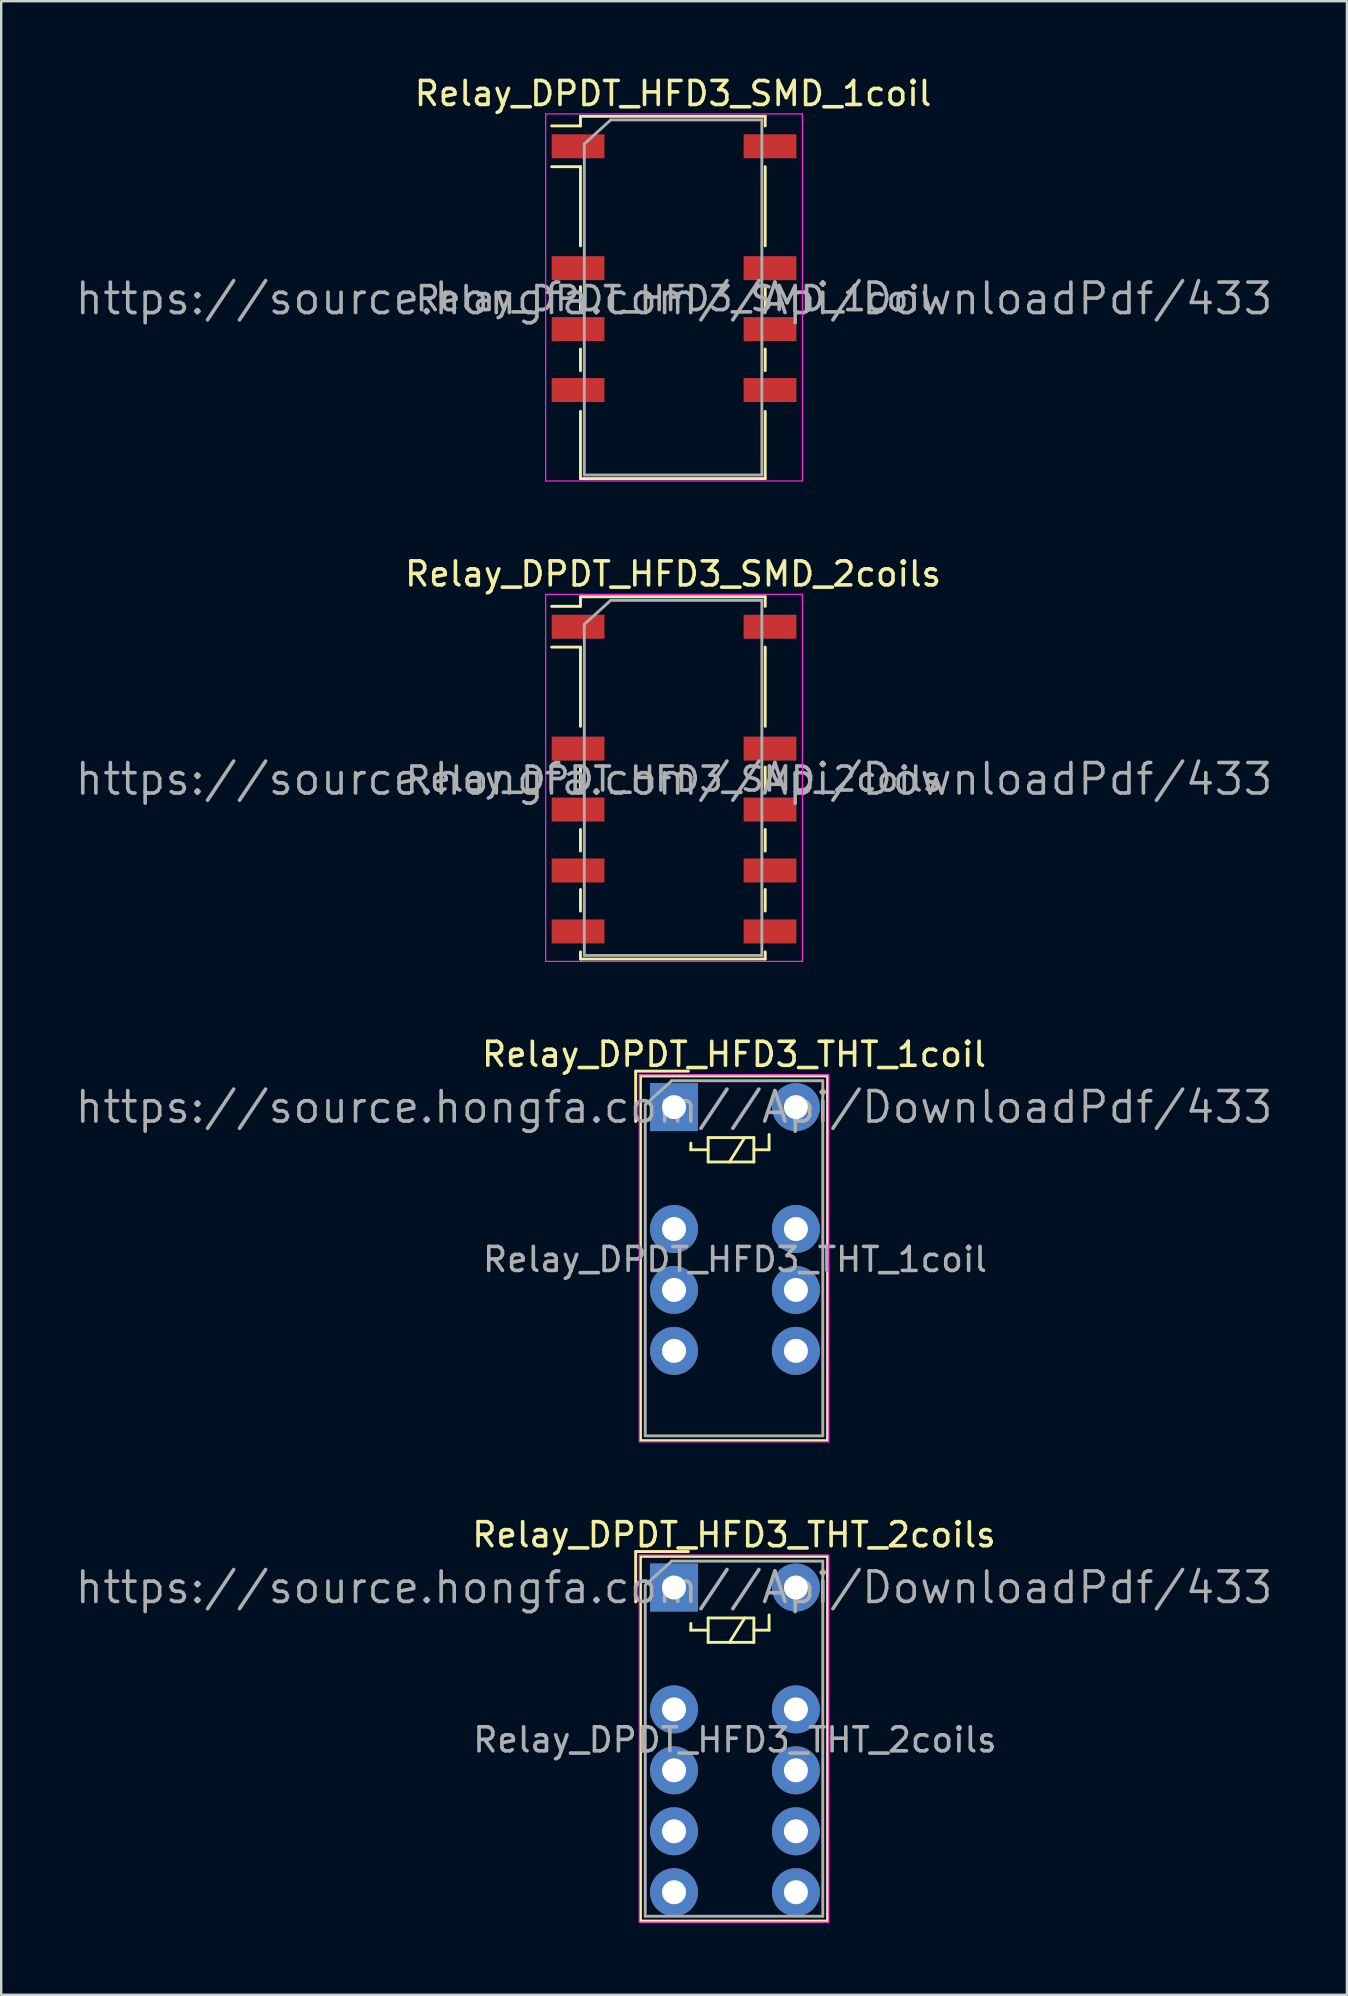
<source format=kicad_pcb>
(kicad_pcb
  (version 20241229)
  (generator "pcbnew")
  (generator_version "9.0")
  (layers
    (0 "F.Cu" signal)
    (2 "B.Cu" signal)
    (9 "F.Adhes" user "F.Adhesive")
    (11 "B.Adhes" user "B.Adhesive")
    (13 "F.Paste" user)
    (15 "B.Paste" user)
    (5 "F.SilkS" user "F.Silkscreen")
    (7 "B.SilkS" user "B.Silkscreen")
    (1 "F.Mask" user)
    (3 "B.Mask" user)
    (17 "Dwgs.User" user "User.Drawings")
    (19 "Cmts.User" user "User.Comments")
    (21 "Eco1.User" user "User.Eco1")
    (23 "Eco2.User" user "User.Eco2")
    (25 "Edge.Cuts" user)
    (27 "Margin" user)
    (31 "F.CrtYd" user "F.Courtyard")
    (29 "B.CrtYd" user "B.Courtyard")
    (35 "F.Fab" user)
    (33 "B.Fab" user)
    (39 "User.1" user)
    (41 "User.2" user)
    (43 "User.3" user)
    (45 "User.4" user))
  (footprint "Relay_DPDT_HFD3_SMD_2coils"
    (layer "F.Cu")
    (at 25.044 29.422)
    (property "Reference" "Relay_DPDT_HFD3_SMD_2coils" (at -0.04 -8.55 0) (layer "F.SilkS") (effects (font (size 1 1) (thickness 0.15))))
    (property "Datasheet" "https://source.hongfa.com//Api/DownloadPdf/433" (at 0 0 0) (unlocked yes) (layer "F.Fab") (effects (font (size 1.27 1.27) (thickness 0.15))))
    (attr smd)
    (fp_line (start -5.1 -7.2) (end -3.9 -7.2) (stroke (width 0.12) (type solid)) (layer "F.SilkS"))
    (fp_line (start -3.9 -7.6) (end 3.8 -7.6) (stroke (width 0.12) (type solid)) (layer "F.SilkS"))
    (fp_line (start -3.9 -7.2) (end -3.9 -7.6) (stroke (width 0.12) (type solid)) (layer "F.SilkS"))
    (fp_line (start -3.9 -5.5) (end -5.1 -5.5) (stroke (width 0.12) (type solid)) (layer "F.SilkS"))
    (fp_line (start -3.9 -5.5) (end -3.9 -2.2) (stroke (width 0.12) (type solid)) (layer "F.SilkS"))
    (fp_line (start -3.9 -0.5) (end -3.9 0.5) (stroke (width 0.12) (type solid)) (layer "F.SilkS"))
    (fp_line (start -3.9 2.1) (end -3.9 3) (stroke (width 0.12) (type solid)) (layer "F.SilkS"))
    (fp_line (start -3.9 5.5) (end -3.9 4.6) (stroke (width 0.12) (type solid)) (layer "F.SilkS"))
    (fp_line (start -3.9 7.2) (end -3.9 7.5) (stroke (width 0.12) (type solid)) (layer "F.SilkS"))
    (fp_line (start -3.9 7.5) (end 3.8 7.5) (stroke (width 0.12) (type solid)) (layer "F.SilkS"))
    (fp_line (start 3.8 -7.6) (end 3.8 -7.2) (stroke (width 0.12) (type solid)) (layer "F.SilkS"))
    (fp_line (start 3.8 -5.5) (end 3.8 -2.2) (stroke (width 0.12) (type solid)) (layer "F.SilkS"))
    (fp_line (start 3.8 0.5) (end 3.8 -0.5) (stroke (width 0.12) (type solid)) (layer "F.SilkS"))
    (fp_line (start 3.8 3) (end 3.8 2.1) (stroke (width 0.12) (type solid)) (layer "F.SilkS"))
    (fp_line (start 3.8 4.6) (end 3.8 5.5) (stroke (width 0.12) (type solid)) (layer "F.SilkS"))
    (fp_line (start 3.8 7.5) (end 3.8 7.2) (stroke (width 0.12) (type solid)) (layer "F.SilkS"))
    (fp_line (start -5.35 -7.7) (end -5.35 7.6) (stroke (width 0.05) (type solid)) (layer "F.CrtYd"))
    (fp_line (start -5.35 -7.7) (end 5.35 -7.7) (stroke (width 0.05) (type solid)) (layer "F.CrtYd"))
    (fp_line (start 5.35 7.6) (end -5.35 7.6) (stroke (width 0.05) (type solid)) (layer "F.CrtYd"))
    (fp_line (start 5.35 7.6) (end 5.35 -7.7) (stroke (width 0.05) (type solid)) (layer "F.CrtYd"))
    (fp_line (start -3.74 -6.45) (end -2.64 -7.45) (stroke (width 0.12) (type solid)) (layer "F.Fab"))
    (fp_line (start -3.74 7.35) (end -3.74 -6.45) (stroke (width 0.12) (type solid)) (layer "F.Fab"))
    (fp_line (start -2.64 -7.45) (end 3.66 -7.45) (stroke (width 0.12) (type solid)) (layer "F.Fab"))
    (fp_line (start 3.66 -7.45) (end 3.66 7.35) (stroke (width 0.12) (type solid)) (layer "F.Fab"))
    (fp_line (start 3.66 7.35) (end -3.74 7.35) (stroke (width 0.12) (type solid)) (layer "F.Fab"))
    (fp_text user "${REFERENCE}" (at 0 0 0) (layer "F.Fab") (effects (font (size 1 1) (thickness 0.15))))
    (pad "1" smd rect (at -4 -6.35) (size 2.2 1) (layers "F.Cu" "F.Mask" "F.Paste"))
    (pad "3" smd rect (at -4 -1.27) (size 2.2 1) (layers "F.Cu" "F.Mask" "F.Paste"))
    (pad "4" smd rect (at -4 1.27) (size 2.2 1) (layers "F.Cu" "F.Mask" "F.Paste"))
    (pad "5" smd rect (at -4 3.81) (size 2.2 1) (layers "F.Cu" "F.Mask" "F.Paste"))
    (pad "6" smd rect (at -4 6.35) (size 2.2 1) (layers "F.Cu" "F.Mask" "F.Paste"))
    (pad "7" smd rect (at 4 6.35) (size 2.2 1) (layers "F.Cu" "F.Mask" "F.Paste"))
    (pad "8" smd rect (at 4 3.81) (size 2.2 1) (layers "F.Cu" "F.Mask" "F.Paste"))
    (pad "9" smd rect (at 4 1.27) (size 2.2 1) (layers "F.Cu" "F.Mask" "F.Paste"))
    (pad "10" smd rect (at 4 -1.27) (size 2.2 1) (layers "F.Cu" "F.Mask" "F.Paste"))
    (pad "12" smd rect (at 4 -6.35) (size 2.2 1) (layers "F.Cu" "F.Mask" "F.Paste")))
  (footprint "Relay_DPDT_HFD3_THT_2coils"
    (layer "F.Cu")
    (at 25.044 63.118)
    (property "Reference" "Relay_DPDT_HFD3_THT_2coils" (at 2.5 -2.2 0) (layer "F.SilkS") (effects (font (size 1 1) (thickness 0.15))))
    (property "Datasheet" "https://source.hongfa.com//Api/DownloadPdf/433" (at 0 0 0) (unlocked yes) (layer "F.Fab") (effects (font (size 1.27 1.27) (thickness 0.15))))
    (attr through_hole)
    (fp_line (start -1.6 -1.5) (end 0.6 -1.5) (stroke (width 0.12) (type solid)) (layer "F.SilkS"))
    (fp_line (start -1.6 0.6) (end -1.6 -1.5) (stroke (width 0.12) (type solid)) (layer "F.SilkS"))
    (fp_line (start -1.4 -1.3) (end 6.4 -1.3) (stroke (width 0.12) (type solid)) (layer "F.SilkS"))
    (fp_line (start -1.4 13.9) (end -1.4 -1.3) (stroke (width 0.12) (type solid)) (layer "F.SilkS"))
    (fp_line (start 0.7 1.5) (end 0.7 1.778) (stroke (width 0.12) (type solid)) (layer "F.SilkS"))
    (fp_line (start 0.7 1.778) (end 1.422 1.778) (stroke (width 0.12) (type solid)) (layer "F.SilkS"))
    (fp_line (start 1.422 1.27) (end 1.422 2.286) (stroke (width 0.12) (type solid)) (layer "F.SilkS"))
    (fp_line (start 1.422 2.286) (end 3.327 2.286) (stroke (width 0.12) (type solid)) (layer "F.SilkS"))
    (fp_line (start 2.946 1.27) (end 2.311 2.286) (stroke (width 0.12) (type solid)) (layer "F.SilkS"))
    (fp_line (start 3.327 1.27) (end 1.422 1.27) (stroke (width 0.12) (type solid)) (layer "F.SilkS"))
    (fp_line (start 3.327 1.27) (end 3.327 2.286) (stroke (width 0.12) (type solid)) (layer "F.SilkS"))
    (fp_line (start 3.962 1.143) (end 3.962 1.778) (stroke (width 0.12) (type solid)) (layer "F.SilkS"))
    (fp_line (start 3.962 1.778) (end 3.327 1.778) (stroke (width 0.12) (type solid)) (layer "F.SilkS"))
    (fp_line (start 6.4 -1.3) (end 6.4 13.9) (stroke (width 0.12) (type solid)) (layer "F.SilkS"))
    (fp_line (start 6.4 13.9) (end -1.4 13.9) (stroke (width 0.12) (type solid)) (layer "F.SilkS"))
    (fp_line (start -1.45 -1.35) (end -1.45 13.95) (stroke (width 0.05) (type solid)) (layer "F.CrtYd"))
    (fp_line (start -1.45 -1.35) (end 6.45 -1.35) (stroke (width 0.05) (type solid)) (layer "F.CrtYd"))
    (fp_line (start 6.45 13.95) (end -1.45 13.95) (stroke (width 0.05) (type solid)) (layer "F.CrtYd"))
    (fp_line (start 6.45 13.95) (end 6.45 -1.35) (stroke (width 0.05) (type solid)) (layer "F.CrtYd"))
    (fp_line (start -1.2 -0.1) (end -0.1 -1.1) (stroke (width 0.12) (type solid)) (layer "F.Fab"))
    (fp_line (start -1.2 13.7) (end -1.2 -0.1) (stroke (width 0.12) (type solid)) (layer "F.Fab"))
    (fp_line (start -0.1 -1.1) (end 6.2 -1.1) (stroke (width 0.12) (type solid)) (layer "F.Fab"))
    (fp_line (start 6.2 -1.1) (end 6.2 13.7) (stroke (width 0.12) (type solid)) (layer "F.Fab"))
    (fp_line (start 6.2 13.7) (end -1.2 13.7) (stroke (width 0.12) (type solid)) (layer "F.Fab"))
    (fp_text user "${REFERENCE}" (at 2.54 6.35 0) (layer "F.Fab") (effects (font (size 1 1) (thickness 0.15))))
    (pad "1" thru_hole rect (at 0 0) (size 2 2) (drill 1) (layers "*.Cu" "*.Mask"))
    (pad "3" thru_hole circle (at 0 5.08) (size 2 2) (drill 1) (layers "*.Cu" "*.Mask"))
    (pad "4" thru_hole circle (at 0 7.62 270) (size 2 2) (drill 1) (layers "*.Cu" "*.Mask"))
    (pad "5" thru_hole circle (at 0 10.16) (size 2 2) (drill 1) (layers "*.Cu" "*.Mask"))
    (pad "6" thru_hole circle (at 0 12.7) (size 2 2) (drill 1) (layers "*.Cu" "*.Mask"))
    (pad "7" thru_hole circle (at 5.08 12.7) (size 2 2) (drill 1) (layers "*.Cu" "*.Mask"))
    (pad "8" thru_hole circle (at 5.08 10.16) (size 2 2) (drill 1) (layers "*.Cu" "*.Mask"))
    (pad "9" thru_hole circle (at 5.08 7.62 270) (size 2 2) (drill 1) (layers "*.Cu" "*.Mask"))
    (pad "10" thru_hole circle (at 5.08 5.08) (size 2 2) (drill 1) (layers "*.Cu" "*.Mask"))
    (pad "12" thru_hole circle (at 5.08 0) (size 2 2) (drill 1) (layers "*.Cu" "*.Mask")))
  (footprint "Relay_DPDT_HFD3_SMD_1coil"
    (layer "F.Cu")
    (at 25.044 9.398)
    (property "Reference" "Relay_DPDT_HFD3_SMD_1coil" (at -0.04 -8.55 0) (layer "F.SilkS") (effects (font (size 1 1) (thickness 0.15))))
    (property "Datasheet" "https://source.hongfa.com//Api/DownloadPdf/433" (at 0 0 0) (unlocked yes) (layer "F.Fab") (effects (font (size 1.27 1.27) (thickness 0.15))))
    (attr smd)
    (fp_line (start -5.1 -7.2) (end -3.9 -7.2) (stroke (width 0.12) (type solid)) (layer "F.SilkS"))
    (fp_line (start -3.9 -7.6) (end 3.8 -7.6) (stroke (width 0.12) (type solid)) (layer "F.SilkS"))
    (fp_line (start -3.9 -7.2) (end -3.9 -7.6) (stroke (width 0.12) (type solid)) (layer "F.SilkS"))
    (fp_line (start -3.9 -5.5) (end -5.1 -5.5) (stroke (width 0.12) (type solid)) (layer "F.SilkS"))
    (fp_line (start -3.9 -5.5) (end -3.9 -2.2) (stroke (width 0.12) (type solid)) (layer "F.SilkS"))
    (fp_line (start -3.9 -0.5) (end -3.9 0.5) (stroke (width 0.12) (type solid)) (layer "F.SilkS"))
    (fp_line (start -3.9 2.1) (end -3.9 3) (stroke (width 0.12) (type solid)) (layer "F.SilkS"))
    (fp_line (start -3.9 4.7) (end -3.9 7.5) (stroke (width 0.12) (type solid)) (layer "F.SilkS"))
    (fp_line (start -3.9 7.5) (end 3.8 7.5) (stroke (width 0.12) (type solid)) (layer "F.SilkS"))
    (fp_line (start 3.8 -7.6) (end 3.8 -7.2) (stroke (width 0.12) (type solid)) (layer "F.SilkS"))
    (fp_line (start 3.8 -5.5) (end 3.8 -2.2) (stroke (width 0.12) (type solid)) (layer "F.SilkS"))
    (fp_line (start 3.8 0.5) (end 3.8 -0.5) (stroke (width 0.12) (type solid)) (layer "F.SilkS"))
    (fp_line (start 3.8 3) (end 3.8 2.1) (stroke (width 0.12) (type solid)) (layer "F.SilkS"))
    (fp_line (start 3.8 7.5) (end 3.8 4.7) (stroke (width 0.12) (type solid)) (layer "F.SilkS"))
    (fp_line (start -5.35 -7.7) (end -5.35 7.6) (stroke (width 0.05) (type solid)) (layer "F.CrtYd"))
    (fp_line (start -5.35 -7.7) (end 5.35 -7.7) (stroke (width 0.05) (type solid)) (layer "F.CrtYd"))
    (fp_line (start 5.35 7.6) (end -5.35 7.6) (stroke (width 0.05) (type solid)) (layer "F.CrtYd"))
    (fp_line (start 5.35 7.6) (end 5.35 -7.7) (stroke (width 0.05) (type solid)) (layer "F.CrtYd"))
    (fp_line (start -3.74 -6.45) (end -2.64 -7.45) (stroke (width 0.12) (type solid)) (layer "F.Fab"))
    (fp_line (start -3.74 7.35) (end -3.74 -6.45) (stroke (width 0.12) (type solid)) (layer "F.Fab"))
    (fp_line (start -2.64 -7.45) (end 3.66 -7.45) (stroke (width 0.12) (type solid)) (layer "F.Fab"))
    (fp_line (start 3.66 -7.45) (end 3.66 7.35) (stroke (width 0.12) (type solid)) (layer "F.Fab"))
    (fp_line (start 3.66 7.35) (end -3.74 7.35) (stroke (width 0.12) (type solid)) (layer "F.Fab"))
    (fp_text user "${REFERENCE}" (at 0 0 0) (layer "F.Fab") (effects (font (size 1 1) (thickness 0.15))))
    (pad "1" smd rect (at -4 -6.35) (size 2.2 1) (layers "F.Cu" "F.Mask" "F.Paste"))
    (pad "3" smd rect (at -4 -1.27) (size 2.2 1) (layers "F.Cu" "F.Mask" "F.Paste"))
    (pad "4" smd rect (at -4 1.27) (size 2.2 1) (layers "F.Cu" "F.Mask" "F.Paste"))
    (pad "5" smd rect (at -4 3.81) (size 2.2 1) (layers "F.Cu" "F.Mask" "F.Paste"))
    (pad "8" smd rect (at 4 3.81) (size 2.2 1) (layers "F.Cu" "F.Mask" "F.Paste"))
    (pad "9" smd rect (at 4 1.27) (size 2.2 1) (layers "F.Cu" "F.Mask" "F.Paste"))
    (pad "10" smd rect (at 4 -1.27) (size 2.2 1) (layers "F.Cu" "F.Mask" "F.Paste"))
    (pad "12" smd rect (at 4 -6.35) (size 2.2 1) (layers "F.Cu" "F.Mask" "F.Paste")))
  (footprint "Relay_DPDT_HFD3_THT_1coil"
    (layer "F.Cu")
    (at 25.044 43.095)
    (property "Reference" "Relay_DPDT_HFD3_THT_1coil" (at 2.5 -2.2 0) (layer "F.SilkS") (effects (font (size 1 1) (thickness 0.15))))
    (property "Datasheet" "https://source.hongfa.com//Api/DownloadPdf/433" (at 0 0 0) (unlocked yes) (layer "F.Fab") (effects (font (size 1.27 1.27) (thickness 0.15))))
    (attr through_hole)
    (fp_line (start -1.6 -1.5) (end 0.6 -1.5) (stroke (width 0.12) (type solid)) (layer "F.SilkS"))
    (fp_line (start -1.6 0.6) (end -1.6 -1.5) (stroke (width 0.12) (type solid)) (layer "F.SilkS"))
    (fp_line (start -1.4 -1.3) (end 6.4 -1.3) (stroke (width 0.12) (type solid)) (layer "F.SilkS"))
    (fp_line (start -1.4 13.9) (end -1.4 -1.3) (stroke (width 0.12) (type solid)) (layer "F.SilkS"))
    (fp_line (start 0.7 1.5) (end 0.7 1.778) (stroke (width 0.12) (type solid)) (layer "F.SilkS"))
    (fp_line (start 0.7 1.778) (end 1.422 1.778) (stroke (width 0.12) (type solid)) (layer "F.SilkS"))
    (fp_line (start 1.422 1.27) (end 1.422 2.286) (stroke (width 0.12) (type solid)) (layer "F.SilkS"))
    (fp_line (start 1.422 2.286) (end 3.327 2.286) (stroke (width 0.12) (type solid)) (layer "F.SilkS"))
    (fp_line (start 2.946 1.27) (end 2.311 2.286) (stroke (width 0.12) (type solid)) (layer "F.SilkS"))
    (fp_line (start 3.327 1.27) (end 1.422 1.27) (stroke (width 0.12) (type solid)) (layer "F.SilkS"))
    (fp_line (start 3.327 1.27) (end 3.327 2.286) (stroke (width 0.12) (type solid)) (layer "F.SilkS"))
    (fp_line (start 3.962 1.143) (end 3.962 1.778) (stroke (width 0.12) (type solid)) (layer "F.SilkS"))
    (fp_line (start 3.962 1.778) (end 3.327 1.778) (stroke (width 0.12) (type solid)) (layer "F.SilkS"))
    (fp_line (start 6.4 -1.3) (end 6.4 13.9) (stroke (width 0.12) (type solid)) (layer "F.SilkS"))
    (fp_line (start 6.4 13.9) (end -1.4 13.9) (stroke (width 0.12) (type solid)) (layer "F.SilkS"))
    (fp_line (start -1.45 -1.35) (end -1.45 13.95) (stroke (width 0.05) (type solid)) (layer "F.CrtYd"))
    (fp_line (start -1.45 -1.35) (end 6.45 -1.35) (stroke (width 0.05) (type solid)) (layer "F.CrtYd"))
    (fp_line (start 6.45 13.95) (end -1.45 13.95) (stroke (width 0.05) (type solid)) (layer "F.CrtYd"))
    (fp_line (start 6.45 13.95) (end 6.45 -1.35) (stroke (width 0.05) (type solid)) (layer "F.CrtYd"))
    (fp_line (start -1.2 -0.1) (end -0.1 -1.1) (stroke (width 0.12) (type solid)) (layer "F.Fab"))
    (fp_line (start -1.2 13.7) (end -1.2 -0.1) (stroke (width 0.12) (type solid)) (layer "F.Fab"))
    (fp_line (start -0.1 -1.1) (end 6.2 -1.1) (stroke (width 0.12) (type solid)) (layer "F.Fab"))
    (fp_line (start 6.2 -1.1) (end 6.2 13.7) (stroke (width 0.12) (type solid)) (layer "F.Fab"))
    (fp_line (start 6.2 13.7) (end -1.2 13.7) (stroke (width 0.12) (type solid)) (layer "F.Fab"))
    (fp_text user "${REFERENCE}" (at 2.54 6.35 0) (layer "F.Fab") (effects (font (size 1 1) (thickness 0.15))))
    (pad "1" thru_hole rect (at 0 0) (size 2 2) (drill 1) (layers "*.Cu" "*.Mask"))
    (pad "3" thru_hole circle (at 0 5.08) (size 2 2) (drill 1) (layers "*.Cu" "*.Mask"))
    (pad "4" thru_hole circle (at 0 7.62 270) (size 2 2) (drill 1) (layers "*.Cu" "*.Mask"))
    (pad "5" thru_hole circle (at 0 10.16) (size 2 2) (drill 1) (layers "*.Cu" "*.Mask"))
    (pad "8" thru_hole circle (at 5.08 10.16) (size 2 2) (drill 1) (layers "*.Cu" "*.Mask"))
    (pad "9" thru_hole circle (at 5.08 7.62 270) (size 2 2) (drill 1) (layers "*.Cu" "*.Mask"))
    (pad "10" thru_hole circle (at 5.08 5.08) (size 2 2) (drill 1) (layers "*.Cu" "*.Mask"))
    (pad "12" thru_hole circle (at 5.08 0) (size 2 2) (drill 1) (layers "*.Cu" "*.Mask")))
  (gr_rect
    (start -3 -3)
    (end 53.089 80.093)
    (stroke (width 0.1) (type default))
    (fill no)
    (layer "Edge.Cuts")))
</source>
